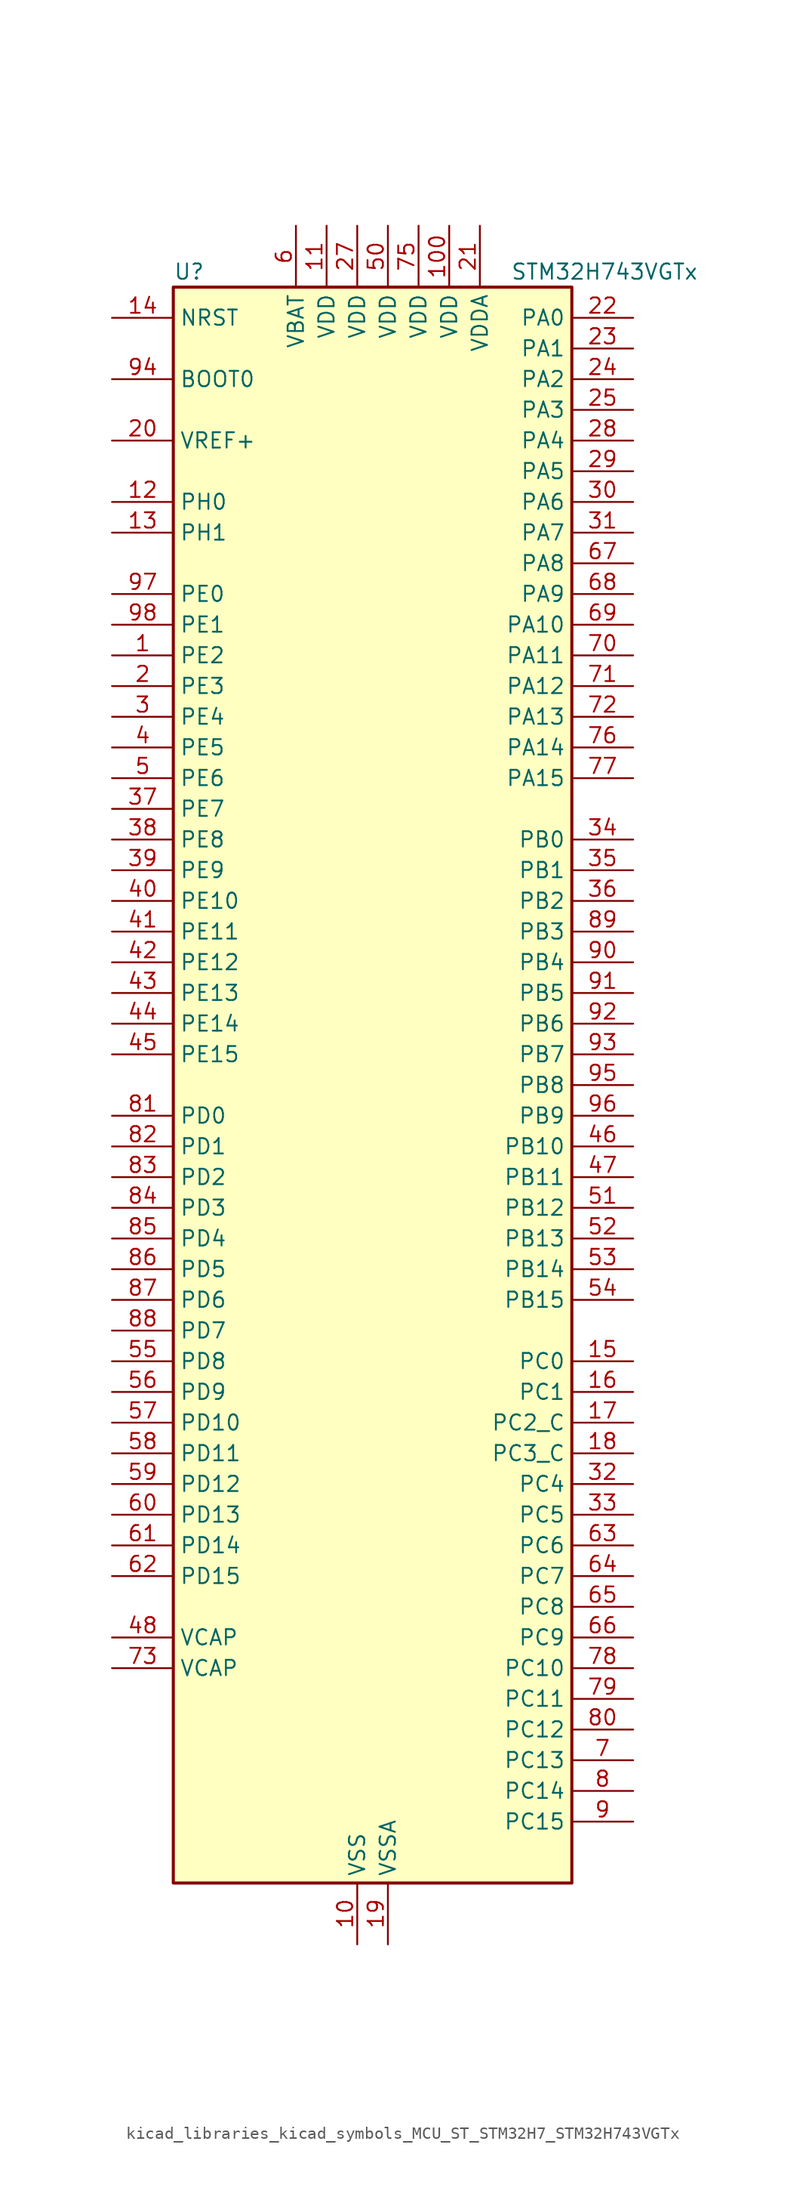
<source format=kicad_sym>
(kicad_symbol_lib
  (version 20220914)
  (generator kicad_symbol_editor)
  (symbol "kicad_libraries_kicad_symbols_MCU_ST_STM32H7_STM32H743VGTx"
    (property "Reference" "U"
      (at -15.24 67.31 0)
      (effects (font (size 1.27 1.27)) (justify left)))
    (property "Value" "STM32H743VGTx"
      (at 12.7 67.31 0)
      (effects (font (size 1.27 1.27)) (justify left)))
    (property "ki_locked" ""
      (at 0 0 0)
      (effects (font (size 1.27 1.27))))
    (symbol "kicad_libraries_kicad_symbols_MCU_ST_STM32H7_STM32H743VGTx_0_1"
      (rectangle (start -15.24 -66.04) (end 17.78 66.04) (stroke (width 0.254) (type default)) (fill (type background))))
    (symbol "kicad_libraries_kicad_symbols_MCU_ST_STM32H7_STM32H743VGTx_1_1"
      (pin bidirectional line (at -20.32 35.56 0) (length 5.08) (name "PE2" (effects (font (size 1.27 1.27)))) (number "1" (effects (font (size 1.27 1.27)))) (alternate "DEBUG_TRACECLK" bidirectional line) (alternate "ETH_TXD3" bidirectional line) (alternate "FMC_A23" bidirectional line) (alternate "QUADSPI_BK1_IO2" bidirectional line) (alternate "SAI1_CK1" bidirectional line) (alternate "SAI1_MCLK_A" bidirectional line) (alternate "SAI4_CK1" bidirectional line) (alternate "SAI4_MCLK_A" bidirectional line) (alternate "SPI4_SCK" bidirectional line))
      (pin power_in line (at 0 -71.12 90) (length 5.08) (name "VSS" (effects (font (size 1.27 1.27)))) (number "10" (effects (font (size 1.27 1.27)))))
      (pin power_in line (at 7.62 71.12 270) (length 5.08) (name "VDD" (effects (font (size 1.27 1.27)))) (number "100" (effects (font (size 1.27 1.27)))))
      (pin power_in line (at -2.54 71.12 270) (length 5.08) (name "VDD" (effects (font (size 1.27 1.27)))) (number "11" (effects (font (size 1.27 1.27)))))
      (pin bidirectional line (at -20.32 48.26 0) (length 5.08) (name "PH0" (effects (font (size 1.27 1.27)))) (number "12" (effects (font (size 1.27 1.27)))) (alternate "RCC_OSC_IN" bidirectional line))
      (pin bidirectional line (at -20.32 45.72 0) (length 5.08) (name "PH1" (effects (font (size 1.27 1.27)))) (number "13" (effects (font (size 1.27 1.27)))) (alternate "RCC_OSC_OUT" bidirectional line))
      (pin input line (at -20.32 63.5 0) (length 5.08) (name "NRST" (effects (font (size 1.27 1.27)))) (number "14" (effects (font (size 1.27 1.27)))))
      (pin bidirectional line (at 22.86 -22.86 180) (length 5.08) (name "PC0" (effects (font (size 1.27 1.27)))) (number "15" (effects (font (size 1.27 1.27)))) (alternate "ADC1_INP10" bidirectional line) (alternate "ADC2_INP10" bidirectional line) (alternate "ADC3_INP10" bidirectional line) (alternate "DFSDM1_CKIN0" bidirectional line) (alternate "DFSDM1_DATIN4" bidirectional line) (alternate "FMC_SDNWE" bidirectional line) (alternate "LTDC_R5" bidirectional line) (alternate "SAI2_FS_B" bidirectional line) (alternate "USB_OTG_HS_ULPI_STP" bidirectional line))
      (pin bidirectional line (at 22.86 -25.4 180) (length 5.08) (name "PC1" (effects (font (size 1.27 1.27)))) (number "16" (effects (font (size 1.27 1.27)))) (alternate "ADC1_INN10" bidirectional line) (alternate "ADC1_INP11" bidirectional line) (alternate "ADC2_INN10" bidirectional line) (alternate "ADC2_INP11" bidirectional line) (alternate "ADC3_INN10" bidirectional line) (alternate "ADC3_INP11" bidirectional line) (alternate "DEBUG_TRACED0" bidirectional line) (alternate "DFSDM1_CKIN4" bidirectional line) (alternate "DFSDM1_DATIN0" bidirectional line) (alternate "ETH_MDC" bidirectional line) (alternate "I2S2_SDO" bidirectional line) (alternate "MDIOS_MDC" bidirectional line) (alternate "PWR_WKUP5" bidirectional line) (alternate "RTC_TAMP3" bidirectional line) (alternate "SAI1_D1" bidirectional line) (alternate "SAI1_SD_A" bidirectional line) (alternate "SAI4_D1" bidirectional line) (alternate "SAI4_SD_A" bidirectional line) (alternate "SDMMC2_CK" bidirectional line) (alternate "SPI2_MOSI" bidirectional line))
      (pin bidirectional line (at 22.86 -27.94 180) (length 5.08) (name "PC2_C" (effects (font (size 1.27 1.27)))) (number "17" (effects (font (size 1.27 1.27)))) (alternate "ADC3_INN1" bidirectional line) (alternate "ADC3_INP0" bidirectional line) (alternate "DFSDM1_CKIN1" bidirectional line) (alternate "DFSDM1_CKOUT" bidirectional line) (alternate "ETH_TXD2" bidirectional line) (alternate "FMC_SDNE0" bidirectional line) (alternate "I2S2_SDI" bidirectional line) (alternate "PWR_CSTOP" bidirectional line) (alternate "SPI2_MISO" bidirectional line) (alternate "USB_OTG_HS_ULPI_DIR" bidirectional line))
      (pin bidirectional line (at 22.86 -30.48 180) (length 5.08) (name "PC3_C" (effects (font (size 1.27 1.27)))) (number "18" (effects (font (size 1.27 1.27)))) (alternate "ADC3_INP1" bidirectional line) (alternate "DFSDM1_DATIN1" bidirectional line) (alternate "ETH_TX_CLK" bidirectional line) (alternate "FMC_SDCKE0" bidirectional line) (alternate "I2S2_SDO" bidirectional line) (alternate "PWR_CSLEEP" bidirectional line) (alternate "SPI2_MOSI" bidirectional line) (alternate "USB_OTG_HS_ULPI_NXT" bidirectional line))
      (pin power_in line (at 2.54 -71.12 90) (length 5.08) (name "VSSA" (effects (font (size 1.27 1.27)))) (number "19" (effects (font (size 1.27 1.27)))))
      (pin bidirectional line (at -20.32 33.02 0) (length 5.08) (name "PE3" (effects (font (size 1.27 1.27)))) (number "2" (effects (font (size 1.27 1.27)))) (alternate "DEBUG_TRACED0" bidirectional line) (alternate "FMC_A19" bidirectional line) (alternate "SAI1_SD_B" bidirectional line) (alternate "SAI4_SD_B" bidirectional line) (alternate "TIM15_BKIN" bidirectional line))
      (pin input line (at -20.32 53.34 0) (length 5.08) (name "VREF+" (effects (font (size 1.27 1.27)))) (number "20" (effects (font (size 1.27 1.27)))) (alternate "VREFBUF_OUT" bidirectional line))
      (pin power_in line (at 10.16 71.12 270) (length 5.08) (name "VDDA" (effects (font (size 1.27 1.27)))) (number "21" (effects (font (size 1.27 1.27)))))
      (pin bidirectional line (at 22.86 63.5 180) (length 5.08) (name "PA0" (effects (font (size 1.27 1.27)))) (number "22" (effects (font (size 1.27 1.27)))) (alternate "ADC1_INP16" bidirectional line) (alternate "ETH_CRS" bidirectional line) (alternate "PWR_WKUP0" bidirectional line) (alternate "SAI2_SD_B" bidirectional line) (alternate "SDMMC2_CMD" bidirectional line) (alternate "TIM15_BKIN" bidirectional line) (alternate "TIM2_CH1" bidirectional line) (alternate "TIM2_ETR" bidirectional line) (alternate "TIM5_CH1" bidirectional line) (alternate "TIM8_ETR" bidirectional line) (alternate "UART4_TX" bidirectional line) (alternate "USART2_CTS" bidirectional line) (alternate "USART2_NSS" bidirectional line))
      (pin bidirectional line (at 22.86 60.96 180) (length 5.08) (name "PA1" (effects (font (size 1.27 1.27)))) (number "23" (effects (font (size 1.27 1.27)))) (alternate "ADC1_INN16" bidirectional line) (alternate "ADC1_INP17" bidirectional line) (alternate "ETH_REF_CLK" bidirectional line) (alternate "ETH_RX_CLK" bidirectional line) (alternate "LPTIM3_OUT" bidirectional line) (alternate "LTDC_R2" bidirectional line) (alternate "QUADSPI_BK1_IO3" bidirectional line) (alternate "SAI2_MCLK_B" bidirectional line) (alternate "TIM15_CH1N" bidirectional line) (alternate "TIM2_CH2" bidirectional line) (alternate "TIM5_CH2" bidirectional line) (alternate "UART4_RX" bidirectional line) (alternate "USART2_DE" bidirectional line) (alternate "USART2_RTS" bidirectional line))
      (pin bidirectional line (at 22.86 58.42 180) (length 5.08) (name "PA2" (effects (font (size 1.27 1.27)))) (number "24" (effects (font (size 1.27 1.27)))) (alternate "ADC1_INP14" bidirectional line) (alternate "ADC2_INP14" bidirectional line) (alternate "ETH_MDIO" bidirectional line) (alternate "LPTIM4_OUT" bidirectional line) (alternate "LTDC_R1" bidirectional line) (alternate "MDIOS_MDIO" bidirectional line) (alternate "PWR_WKUP1" bidirectional line) (alternate "SAI2_SCK_B" bidirectional line) (alternate "TIM15_CH1" bidirectional line) (alternate "TIM2_CH3" bidirectional line) (alternate "TIM5_CH3" bidirectional line) (alternate "USART2_TX" bidirectional line))
      (pin bidirectional line (at 22.86 55.88 180) (length 5.08) (name "PA3" (effects (font (size 1.27 1.27)))) (number "25" (effects (font (size 1.27 1.27)))) (alternate "ADC1_INP15" bidirectional line) (alternate "ADC2_INP15" bidirectional line) (alternate "ETH_COL" bidirectional line) (alternate "LPTIM5_OUT" bidirectional line) (alternate "LTDC_B2" bidirectional line) (alternate "LTDC_B5" bidirectional line) (alternate "TIM15_CH2" bidirectional line) (alternate "TIM2_CH4" bidirectional line) (alternate "TIM5_CH4" bidirectional line) (alternate "USART2_RX" bidirectional line) (alternate "USB_OTG_HS_ULPI_D0" bidirectional line))
      (pin passive line (at 0 -71.12 90) (length 5.08) hide (name "VSS" (effects (font (size 1.27 1.27)))) (number "26" (effects (font (size 1.27 1.27)))))
      (pin power_in line (at 0 71.12 270) (length 5.08) (name "VDD" (effects (font (size 1.27 1.27)))) (number "27" (effects (font (size 1.27 1.27)))))
      (pin bidirectional line (at 22.86 53.34 180) (length 5.08) (name "PA4" (effects (font (size 1.27 1.27)))) (number "28" (effects (font (size 1.27 1.27)))) (alternate "ADC1_INP18" bidirectional line) (alternate "ADC2_INP18" bidirectional line) (alternate "DAC1_OUT1" bidirectional line) (alternate "DCMI_HSYNC" bidirectional line) (alternate "I2S1_WS" bidirectional line) (alternate "I2S3_WS" bidirectional line) (alternate "LTDC_VSYNC" bidirectional line) (alternate "SPI1_NSS" bidirectional line) (alternate "SPI3_NSS" bidirectional line) (alternate "SPI6_NSS" bidirectional line) (alternate "TIM5_ETR" bidirectional line) (alternate "USART2_CK" bidirectional line) (alternate "USB_OTG_HS_SOF" bidirectional line))
      (pin bidirectional line (at 22.86 50.8 180) (length 5.08) (name "PA5" (effects (font (size 1.27 1.27)))) (number "29" (effects (font (size 1.27 1.27)))) (alternate "ADC1_INN18" bidirectional line) (alternate "ADC1_INP19" bidirectional line) (alternate "ADC2_INN18" bidirectional line) (alternate "ADC2_INP19" bidirectional line) (alternate "DAC1_OUT2" bidirectional line) (alternate "I2S1_CK" bidirectional line) (alternate "LTDC_R4" bidirectional line) (alternate "PWR_NDSTOP2" bidirectional line) (alternate "SPI1_SCK" bidirectional line) (alternate "SPI6_SCK" bidirectional line) (alternate "TIM2_CH1" bidirectional line) (alternate "TIM2_ETR" bidirectional line) (alternate "TIM8_CH1N" bidirectional line) (alternate "USB_OTG_HS_ULPI_CK" bidirectional line))
      (pin bidirectional line (at -20.32 30.48 0) (length 5.08) (name "PE4" (effects (font (size 1.27 1.27)))) (number "3" (effects (font (size 1.27 1.27)))) (alternate "DCMI_D4" bidirectional line) (alternate "DEBUG_TRACED1" bidirectional line) (alternate "DFSDM1_DATIN3" bidirectional line) (alternate "FMC_A20" bidirectional line) (alternate "LTDC_B0" bidirectional line) (alternate "SAI1_D2" bidirectional line) (alternate "SAI1_FS_A" bidirectional line) (alternate "SAI4_D2" bidirectional line) (alternate "SAI4_FS_A" bidirectional line) (alternate "SPI4_NSS" bidirectional line) (alternate "TIM15_CH1N" bidirectional line))
      (pin bidirectional line (at 22.86 48.26 180) (length 5.08) (name "PA6" (effects (font (size 1.27 1.27)))) (number "30" (effects (font (size 1.27 1.27)))) (alternate "ADC1_INP3" bidirectional line) (alternate "ADC2_INP3" bidirectional line) (alternate "DCMI_PIXCLK" bidirectional line) (alternate "I2S1_SDI" bidirectional line) (alternate "LTDC_G2" bidirectional line) (alternate "MDIOS_MDC" bidirectional line) (alternate "SPI1_MISO" bidirectional line) (alternate "SPI6_MISO" bidirectional line) (alternate "TIM13_CH1" bidirectional line) (alternate "TIM1_BKIN" bidirectional line) (alternate "TIM1_BKIN_COMP1" bidirectional line) (alternate "TIM1_BKIN_COMP2" bidirectional line) (alternate "TIM3_CH1" bidirectional line) (alternate "TIM8_BKIN" bidirectional line) (alternate "TIM8_BKIN_COMP1" bidirectional line) (alternate "TIM8_BKIN_COMP2" bidirectional line))
      (pin bidirectional line (at 22.86 45.72 180) (length 5.08) (name "PA7" (effects (font (size 1.27 1.27)))) (number "31" (effects (font (size 1.27 1.27)))) (alternate "ADC1_INN3" bidirectional line) (alternate "ADC1_INP7" bidirectional line) (alternate "ADC2_INN3" bidirectional line) (alternate "ADC2_INP7" bidirectional line) (alternate "ETH_CRS_DV" bidirectional line) (alternate "ETH_RX_DV" bidirectional line) (alternate "FMC_SDNWE" bidirectional line) (alternate "I2S1_SDO" bidirectional line) (alternate "OPAMP1_VINM" bidirectional line) (alternate "OPAMP1_VINM1" bidirectional line) (alternate "SPI1_MOSI" bidirectional line) (alternate "SPI6_MOSI" bidirectional line) (alternate "TIM14_CH1" bidirectional line) (alternate "TIM1_CH1N" bidirectional line) (alternate "TIM3_CH2" bidirectional line) (alternate "TIM8_CH1N" bidirectional line))
      (pin bidirectional line (at 22.86 -33.02 180) (length 5.08) (name "PC4" (effects (font (size 1.27 1.27)))) (number "32" (effects (font (size 1.27 1.27)))) (alternate "ADC1_INP4" bidirectional line) (alternate "ADC2_INP4" bidirectional line) (alternate "COMP1_INM" bidirectional line) (alternate "DFSDM1_CKIN2" bidirectional line) (alternate "ETH_RXD0" bidirectional line) (alternate "FMC_SDNE0" bidirectional line) (alternate "I2S1_MCK" bidirectional line) (alternate "OPAMP1_VOUT" bidirectional line) (alternate "SPDIFRX1_IN2" bidirectional line))
      (pin bidirectional line (at 22.86 -35.56 180) (length 5.08) (name "PC5" (effects (font (size 1.27 1.27)))) (number "33" (effects (font (size 1.27 1.27)))) (alternate "ADC1_INN4" bidirectional line) (alternate "ADC1_INP8" bidirectional line) (alternate "ADC2_INN4" bidirectional line) (alternate "ADC2_INP8" bidirectional line) (alternate "COMP1_OUT" bidirectional line) (alternate "DFSDM1_DATIN2" bidirectional line) (alternate "ETH_RXD1" bidirectional line) (alternate "FMC_SDCKE0" bidirectional line) (alternate "OPAMP1_VINM" bidirectional line) (alternate "OPAMP1_VINM0" bidirectional line) (alternate "SAI1_D3" bidirectional line) (alternate "SAI4_D3" bidirectional line) (alternate "SPDIFRX1_IN3" bidirectional line))
      (pin bidirectional line (at 22.86 20.32 180) (length 5.08) (name "PB0" (effects (font (size 1.27 1.27)))) (number "34" (effects (font (size 1.27 1.27)))) (alternate "ADC1_INN5" bidirectional line) (alternate "ADC1_INP9" bidirectional line) (alternate "ADC2_INN5" bidirectional line) (alternate "ADC2_INP9" bidirectional line) (alternate "COMP1_INP" bidirectional line) (alternate "DFSDM1_CKOUT" bidirectional line) (alternate "ETH_RXD2" bidirectional line) (alternate "LTDC_G1" bidirectional line) (alternate "LTDC_R3" bidirectional line) (alternate "OPAMP1_VINP" bidirectional line) (alternate "TIM1_CH2N" bidirectional line) (alternate "TIM3_CH3" bidirectional line) (alternate "TIM8_CH2N" bidirectional line) (alternate "UART4_CTS" bidirectional line) (alternate "USB_OTG_HS_ULPI_D1" bidirectional line))
      (pin bidirectional line (at 22.86 17.78 180) (length 5.08) (name "PB1" (effects (font (size 1.27 1.27)))) (number "35" (effects (font (size 1.27 1.27)))) (alternate "ADC1_INP5" bidirectional line) (alternate "ADC2_INP5" bidirectional line) (alternate "COMP1_INM" bidirectional line) (alternate "DFSDM1_DATIN1" bidirectional line) (alternate "ETH_RXD3" bidirectional line) (alternate "LTDC_G0" bidirectional line) (alternate "LTDC_R6" bidirectional line) (alternate "TIM1_CH3N" bidirectional line) (alternate "TIM3_CH4" bidirectional line) (alternate "TIM8_CH3N" bidirectional line) (alternate "USB_OTG_HS_ULPI_D2" bidirectional line))
      (pin bidirectional line (at 22.86 15.24 180) (length 5.08) (name "PB2" (effects (font (size 1.27 1.27)))) (number "36" (effects (font (size 1.27 1.27)))) (alternate "COMP1_INP" bidirectional line) (alternate "DFSDM1_CKIN1" bidirectional line) (alternate "I2S3_SDO" bidirectional line) (alternate "QUADSPI_CLK" bidirectional line) (alternate "RTC_OUT_ALARM" bidirectional line) (alternate "RTC_OUT_CALIB" bidirectional line) (alternate "SAI1_D1" bidirectional line) (alternate "SAI1_SD_A" bidirectional line) (alternate "SAI4_D1" bidirectional line) (alternate "SAI4_SD_A" bidirectional line) (alternate "SPI3_MOSI" bidirectional line))
      (pin bidirectional line (at -20.32 22.86 0) (length 5.08) (name "PE7" (effects (font (size 1.27 1.27)))) (number "37" (effects (font (size 1.27 1.27)))) (alternate "COMP2_INM" bidirectional line) (alternate "DFSDM1_DATIN2" bidirectional line) (alternate "FMC_D4" bidirectional line) (alternate "FMC_DA4" bidirectional line) (alternate "OPAMP2_VOUT" bidirectional line) (alternate "QUADSPI_BK2_IO0" bidirectional line) (alternate "TIM1_ETR" bidirectional line) (alternate "UART7_RX" bidirectional line))
      (pin bidirectional line (at -20.32 20.32 0) (length 5.08) (name "PE8" (effects (font (size 1.27 1.27)))) (number "38" (effects (font (size 1.27 1.27)))) (alternate "COMP2_OUT" bidirectional line) (alternate "DFSDM1_CKIN2" bidirectional line) (alternate "FMC_D5" bidirectional line) (alternate "FMC_DA5" bidirectional line) (alternate "OPAMP2_VINM" bidirectional line) (alternate "OPAMP2_VINM0" bidirectional line) (alternate "QUADSPI_BK2_IO1" bidirectional line) (alternate "TIM1_CH1N" bidirectional line) (alternate "UART7_TX" bidirectional line))
      (pin bidirectional line (at -20.32 17.78 0) (length 5.08) (name "PE9" (effects (font (size 1.27 1.27)))) (number "39" (effects (font (size 1.27 1.27)))) (alternate "COMP2_INP" bidirectional line) (alternate "DAC1_EXTI9" bidirectional line) (alternate "DFSDM1_CKOUT" bidirectional line) (alternate "FMC_D6" bidirectional line) (alternate "FMC_DA6" bidirectional line) (alternate "OPAMP2_VINP" bidirectional line) (alternate "QUADSPI_BK2_IO2" bidirectional line) (alternate "TIM1_CH1" bidirectional line) (alternate "UART7_DE" bidirectional line) (alternate "UART7_RTS" bidirectional line))
      (pin bidirectional line (at -20.32 27.94 0) (length 5.08) (name "PE5" (effects (font (size 1.27 1.27)))) (number "4" (effects (font (size 1.27 1.27)))) (alternate "DCMI_D6" bidirectional line) (alternate "DEBUG_TRACED2" bidirectional line) (alternate "DFSDM1_CKIN3" bidirectional line) (alternate "FMC_A21" bidirectional line) (alternate "LTDC_G0" bidirectional line) (alternate "SAI1_CK2" bidirectional line) (alternate "SAI1_SCK_A" bidirectional line) (alternate "SAI4_CK2" bidirectional line) (alternate "SAI4_SCK_A" bidirectional line) (alternate "SPI4_MISO" bidirectional line) (alternate "TIM15_CH1" bidirectional line))
      (pin bidirectional line (at -20.32 15.24 0) (length 5.08) (name "PE10" (effects (font (size 1.27 1.27)))) (number "40" (effects (font (size 1.27 1.27)))) (alternate "COMP2_INM" bidirectional line) (alternate "DFSDM1_DATIN4" bidirectional line) (alternate "FMC_D7" bidirectional line) (alternate "FMC_DA7" bidirectional line) (alternate "QUADSPI_BK2_IO3" bidirectional line) (alternate "TIM1_CH2N" bidirectional line) (alternate "UART7_CTS" bidirectional line))
      (pin bidirectional line (at -20.32 12.7 0) (length 5.08) (name "PE11" (effects (font (size 1.27 1.27)))) (number "41" (effects (font (size 1.27 1.27)))) (alternate "ADC1_EXTI11" bidirectional line) (alternate "ADC2_EXTI11" bidirectional line) (alternate "ADC3_EXTI11" bidirectional line) (alternate "COMP2_INP" bidirectional line) (alternate "DFSDM1_CKIN4" bidirectional line) (alternate "FMC_D8" bidirectional line) (alternate "FMC_DA8" bidirectional line) (alternate "LTDC_G3" bidirectional line) (alternate "SAI2_SD_B" bidirectional line) (alternate "SPI4_NSS" bidirectional line) (alternate "TIM1_CH2" bidirectional line))
      (pin bidirectional line (at -20.32 10.16 0) (length 5.08) (name "PE12" (effects (font (size 1.27 1.27)))) (number "42" (effects (font (size 1.27 1.27)))) (alternate "COMP1_OUT" bidirectional line) (alternate "DFSDM1_DATIN5" bidirectional line) (alternate "FMC_D9" bidirectional line) (alternate "FMC_DA9" bidirectional line) (alternate "LTDC_B4" bidirectional line) (alternate "SAI2_SCK_B" bidirectional line) (alternate "SPI4_SCK" bidirectional line) (alternate "TIM1_CH3N" bidirectional line))
      (pin bidirectional line (at -20.32 7.62 0) (length 5.08) (name "PE13" (effects (font (size 1.27 1.27)))) (number "43" (effects (font (size 1.27 1.27)))) (alternate "COMP2_OUT" bidirectional line) (alternate "DFSDM1_CKIN5" bidirectional line) (alternate "FMC_D10" bidirectional line) (alternate "FMC_DA10" bidirectional line) (alternate "LTDC_DE" bidirectional line) (alternate "SAI2_FS_B" bidirectional line) (alternate "SPI4_MISO" bidirectional line) (alternate "TIM1_CH3" bidirectional line))
      (pin bidirectional line (at -20.32 5.08 0) (length 5.08) (name "PE14" (effects (font (size 1.27 1.27)))) (number "44" (effects (font (size 1.27 1.27)))) (alternate "FMC_D11" bidirectional line) (alternate "FMC_DA11" bidirectional line) (alternate "LTDC_CLK" bidirectional line) (alternate "SAI2_MCLK_B" bidirectional line) (alternate "SPI4_MOSI" bidirectional line) (alternate "TIM1_CH4" bidirectional line))
      (pin bidirectional line (at -20.32 2.54 0) (length 5.08) (name "PE15" (effects (font (size 1.27 1.27)))) (number "45" (effects (font (size 1.27 1.27)))) (alternate "ADC1_EXTI15" bidirectional line) (alternate "ADC2_EXTI15" bidirectional line) (alternate "ADC3_EXTI15" bidirectional line) (alternate "FMC_D12" bidirectional line) (alternate "FMC_DA12" bidirectional line) (alternate "LTDC_R7" bidirectional line) (alternate "TIM1_BKIN" bidirectional line) (alternate "TIM1_BKIN_COMP1" bidirectional line) (alternate "TIM1_BKIN_COMP2" bidirectional line))
      (pin bidirectional line (at 22.86 -5.08 180) (length 5.08) (name "PB10" (effects (font (size 1.27 1.27)))) (number "46" (effects (font (size 1.27 1.27)))) (alternate "DFSDM1_DATIN7" bidirectional line) (alternate "ETH_RX_ER" bidirectional line) (alternate "HRTIM_SCOUT" bidirectional line) (alternate "I2C2_SCL" bidirectional line) (alternate "I2S2_CK" bidirectional line) (alternate "LPTIM2_IN1" bidirectional line) (alternate "LTDC_G4" bidirectional line) (alternate "QUADSPI_BK1_NCS" bidirectional line) (alternate "SPI2_SCK" bidirectional line) (alternate "TIM2_CH3" bidirectional line) (alternate "USART3_TX" bidirectional line) (alternate "USB_OTG_HS_ULPI_D3" bidirectional line))
      (pin bidirectional line (at 22.86 -7.62 180) (length 5.08) (name "PB11" (effects (font (size 1.27 1.27)))) (number "47" (effects (font (size 1.27 1.27)))) (alternate "ADC1_EXTI11" bidirectional line) (alternate "ADC2_EXTI11" bidirectional line) (alternate "ADC3_EXTI11" bidirectional line) (alternate "DFSDM1_CKIN7" bidirectional line) (alternate "ETH_TX_EN" bidirectional line) (alternate "HRTIM_SCIN" bidirectional line) (alternate "I2C2_SDA" bidirectional line) (alternate "LPTIM2_ETR" bidirectional line) (alternate "LTDC_G5" bidirectional line) (alternate "TIM2_CH4" bidirectional line) (alternate "USART3_RX" bidirectional line) (alternate "USB_OTG_HS_ULPI_D4" bidirectional line))
      (pin power_out line (at -20.32 -45.72 0) (length 5.08) (name "VCAP" (effects (font (size 1.27 1.27)))) (number "48" (effects (font (size 1.27 1.27)))))
      (pin passive line (at 0 -71.12 90) (length 5.08) hide (name "VSS" (effects (font (size 1.27 1.27)))) (number "49" (effects (font (size 1.27 1.27)))))
      (pin bidirectional line (at -20.32 25.4 0) (length 5.08) (name "PE6" (effects (font (size 1.27 1.27)))) (number "5" (effects (font (size 1.27 1.27)))) (alternate "DCMI_D7" bidirectional line) (alternate "DEBUG_TRACED3" bidirectional line) (alternate "FMC_A22" bidirectional line) (alternate "LTDC_G1" bidirectional line) (alternate "SAI1_D1" bidirectional line) (alternate "SAI1_SD_A" bidirectional line) (alternate "SAI2_MCLK_B" bidirectional line) (alternate "SAI4_D1" bidirectional line) (alternate "SAI4_SD_A" bidirectional line) (alternate "SPI4_MOSI" bidirectional line) (alternate "TIM15_CH2" bidirectional line) (alternate "TIM1_BKIN2" bidirectional line) (alternate "TIM1_BKIN2_COMP1" bidirectional line) (alternate "TIM1_BKIN2_COMP2" bidirectional line))
      (pin power_in line (at 2.54 71.12 270) (length 5.08) (name "VDD" (effects (font (size 1.27 1.27)))) (number "50" (effects (font (size 1.27 1.27)))))
      (pin bidirectional line (at 22.86 -10.16 180) (length 5.08) (name "PB12" (effects (font (size 1.27 1.27)))) (number "51" (effects (font (size 1.27 1.27)))) (alternate "DFSDM1_DATIN1" bidirectional line) (alternate "ETH_TXD0" bidirectional line) (alternate "FDCAN2_RX" bidirectional line) (alternate "I2C2_SMBA" bidirectional line) (alternate "I2S2_WS" bidirectional line) (alternate "SPI2_NSS" bidirectional line) (alternate "TIM1_BKIN" bidirectional line) (alternate "TIM1_BKIN_COMP1" bidirectional line) (alternate "TIM1_BKIN_COMP2" bidirectional line) (alternate "UART5_RX" bidirectional line) (alternate "USART3_CK" bidirectional line) (alternate "USB_OTG_HS_ID" bidirectional line) (alternate "USB_OTG_HS_ULPI_D5" bidirectional line))
      (pin bidirectional line (at 22.86 -12.7 180) (length 5.08) (name "PB13" (effects (font (size 1.27 1.27)))) (number "52" (effects (font (size 1.27 1.27)))) (alternate "DFSDM1_CKIN1" bidirectional line) (alternate "ETH_TXD1" bidirectional line) (alternate "FDCAN2_TX" bidirectional line) (alternate "I2S2_CK" bidirectional line) (alternate "LPTIM2_OUT" bidirectional line) (alternate "SPI2_SCK" bidirectional line) (alternate "TIM1_CH1N" bidirectional line) (alternate "UART5_TX" bidirectional line) (alternate "USART3_CTS" bidirectional line) (alternate "USART3_NSS" bidirectional line) (alternate "USB_OTG_HS_ULPI_D6" bidirectional line) (alternate "USB_OTG_HS_VBUS" bidirectional line))
      (pin bidirectional line (at 22.86 -15.24 180) (length 5.08) (name "PB14" (effects (font (size 1.27 1.27)))) (number "53" (effects (font (size 1.27 1.27)))) (alternate "DFSDM1_DATIN2" bidirectional line) (alternate "I2S2_SDI" bidirectional line) (alternate "SDMMC2_D0" bidirectional line) (alternate "SPI2_MISO" bidirectional line) (alternate "TIM12_CH1" bidirectional line) (alternate "TIM1_CH2N" bidirectional line) (alternate "TIM8_CH2N" bidirectional line) (alternate "UART4_DE" bidirectional line) (alternate "UART4_RTS" bidirectional line) (alternate "USART1_TX" bidirectional line) (alternate "USART3_DE" bidirectional line) (alternate "USART3_RTS" bidirectional line) (alternate "USB_OTG_HS_DM" bidirectional line))
      (pin bidirectional line (at 22.86 -17.78 180) (length 5.08) (name "PB15" (effects (font (size 1.27 1.27)))) (number "54" (effects (font (size 1.27 1.27)))) (alternate "ADC1_EXTI15" bidirectional line) (alternate "ADC2_EXTI15" bidirectional line) (alternate "ADC3_EXTI15" bidirectional line) (alternate "DFSDM1_CKIN2" bidirectional line) (alternate "I2S2_SDO" bidirectional line) (alternate "RTC_REFIN" bidirectional line) (alternate "SDMMC2_D1" bidirectional line) (alternate "SPI2_MOSI" bidirectional line) (alternate "TIM12_CH2" bidirectional line) (alternate "TIM1_CH3N" bidirectional line) (alternate "TIM8_CH3N" bidirectional line) (alternate "UART4_CTS" bidirectional line) (alternate "USART1_RX" bidirectional line) (alternate "USB_OTG_HS_DP" bidirectional line))
      (pin bidirectional line (at -20.32 -22.86 0) (length 5.08) (name "PD8" (effects (font (size 1.27 1.27)))) (number "55" (effects (font (size 1.27 1.27)))) (alternate "DFSDM1_CKIN3" bidirectional line) (alternate "FMC_D13" bidirectional line) (alternate "FMC_DA13" bidirectional line) (alternate "SAI3_SCK_B" bidirectional line) (alternate "SPDIFRX1_IN1" bidirectional line) (alternate "USART3_TX" bidirectional line))
      (pin bidirectional line (at -20.32 -25.4 0) (length 5.08) (name "PD9" (effects (font (size 1.27 1.27)))) (number "56" (effects (font (size 1.27 1.27)))) (alternate "DAC1_EXTI9" bidirectional line) (alternate "DFSDM1_DATIN3" bidirectional line) (alternate "FMC_D14" bidirectional line) (alternate "FMC_DA14" bidirectional line) (alternate "SAI3_SD_B" bidirectional line) (alternate "USART3_RX" bidirectional line))
      (pin bidirectional line (at -20.32 -27.94 0) (length 5.08) (name "PD10" (effects (font (size 1.27 1.27)))) (number "57" (effects (font (size 1.27 1.27)))) (alternate "DFSDM1_CKOUT" bidirectional line) (alternate "FMC_D15" bidirectional line) (alternate "FMC_DA15" bidirectional line) (alternate "LTDC_B3" bidirectional line) (alternate "SAI3_FS_B" bidirectional line) (alternate "USART3_CK" bidirectional line))
      (pin bidirectional line (at -20.32 -30.48 0) (length 5.08) (name "PD11" (effects (font (size 1.27 1.27)))) (number "58" (effects (font (size 1.27 1.27)))) (alternate "ADC1_EXTI11" bidirectional line) (alternate "ADC2_EXTI11" bidirectional line) (alternate "ADC3_EXTI11" bidirectional line) (alternate "FMC_A16" bidirectional line) (alternate "FMC_CLE" bidirectional line) (alternate "I2C4_SMBA" bidirectional line) (alternate "LPTIM2_IN2" bidirectional line) (alternate "QUADSPI_BK1_IO0" bidirectional line) (alternate "SAI2_SD_A" bidirectional line) (alternate "USART3_CTS" bidirectional line) (alternate "USART3_NSS" bidirectional line))
      (pin bidirectional line (at -20.32 -33.02 0) (length 5.08) (name "PD12" (effects (font (size 1.27 1.27)))) (number "59" (effects (font (size 1.27 1.27)))) (alternate "FMC_A17" bidirectional line) (alternate "FMC_ALE" bidirectional line) (alternate "I2C4_SCL" bidirectional line) (alternate "LPTIM1_IN1" bidirectional line) (alternate "LPTIM2_IN1" bidirectional line) (alternate "QUADSPI_BK1_IO1" bidirectional line) (alternate "SAI2_FS_A" bidirectional line) (alternate "TIM4_CH1" bidirectional line) (alternate "USART3_DE" bidirectional line) (alternate "USART3_RTS" bidirectional line))
      (pin power_in line (at -5.08 71.12 270) (length 5.08) (name "VBAT" (effects (font (size 1.27 1.27)))) (number "6" (effects (font (size 1.27 1.27)))))
      (pin bidirectional line (at -20.32 -35.56 0) (length 5.08) (name "PD13" (effects (font (size 1.27 1.27)))) (number "60" (effects (font (size 1.27 1.27)))) (alternate "FMC_A18" bidirectional line) (alternate "I2C4_SDA" bidirectional line) (alternate "LPTIM1_OUT" bidirectional line) (alternate "QUADSPI_BK1_IO3" bidirectional line) (alternate "SAI2_SCK_A" bidirectional line) (alternate "TIM4_CH2" bidirectional line))
      (pin bidirectional line (at -20.32 -38.1 0) (length 5.08) (name "PD14" (effects (font (size 1.27 1.27)))) (number "61" (effects (font (size 1.27 1.27)))) (alternate "FMC_D0" bidirectional line) (alternate "FMC_DA0" bidirectional line) (alternate "SAI3_MCLK_B" bidirectional line) (alternate "TIM4_CH3" bidirectional line) (alternate "UART8_CTS" bidirectional line))
      (pin bidirectional line (at -20.32 -40.64 0) (length 5.08) (name "PD15" (effects (font (size 1.27 1.27)))) (number "62" (effects (font (size 1.27 1.27)))) (alternate "ADC1_EXTI15" bidirectional line) (alternate "ADC2_EXTI15" bidirectional line) (alternate "ADC3_EXTI15" bidirectional line) (alternate "FMC_D1" bidirectional line) (alternate "FMC_DA1" bidirectional line) (alternate "SAI3_MCLK_A" bidirectional line) (alternate "TIM4_CH4" bidirectional line) (alternate "UART8_DE" bidirectional line) (alternate "UART8_RTS" bidirectional line))
      (pin bidirectional line (at 22.86 -38.1 180) (length 5.08) (name "PC6" (effects (font (size 1.27 1.27)))) (number "63" (effects (font (size 1.27 1.27)))) (alternate "DCMI_D0" bidirectional line) (alternate "DFSDM1_CKIN3" bidirectional line) (alternate "FMC_NWAIT" bidirectional line) (alternate "HRTIM_CHA1" bidirectional line) (alternate "I2S2_MCK" bidirectional line) (alternate "LTDC_HSYNC" bidirectional line) (alternate "SDMMC1_D0DIR" bidirectional line) (alternate "SDMMC1_D6" bidirectional line) (alternate "SDMMC2_D6" bidirectional line) (alternate "SWPMI1_IO" bidirectional line) (alternate "TIM3_CH1" bidirectional line) (alternate "TIM8_CH1" bidirectional line) (alternate "USART6_TX" bidirectional line))
      (pin bidirectional line (at 22.86 -40.64 180) (length 5.08) (name "PC7" (effects (font (size 1.27 1.27)))) (number "64" (effects (font (size 1.27 1.27)))) (alternate "DCMI_D1" bidirectional line) (alternate "DEBUG_TRGIO" bidirectional line) (alternate "DFSDM1_DATIN3" bidirectional line) (alternate "FMC_NE1" bidirectional line) (alternate "HRTIM_CHA2" bidirectional line) (alternate "I2S3_MCK" bidirectional line) (alternate "LTDC_G6" bidirectional line) (alternate "SDMMC1_D123DIR" bidirectional line) (alternate "SDMMC1_D7" bidirectional line) (alternate "SDMMC2_D7" bidirectional line) (alternate "SWPMI1_TX" bidirectional line) (alternate "TIM3_CH2" bidirectional line) (alternate "TIM8_CH2" bidirectional line) (alternate "USART6_RX" bidirectional line))
      (pin bidirectional line (at 22.86 -43.18 180) (length 5.08) (name "PC8" (effects (font (size 1.27 1.27)))) (number "65" (effects (font (size 1.27 1.27)))) (alternate "DCMI_D2" bidirectional line) (alternate "DEBUG_TRACED1" bidirectional line) (alternate "FMC_NCE" bidirectional line) (alternate "FMC_NE2" bidirectional line) (alternate "HRTIM_CHB1" bidirectional line) (alternate "SDMMC1_D0" bidirectional line) (alternate "SWPMI1_RX" bidirectional line) (alternate "TIM3_CH3" bidirectional line) (alternate "TIM8_CH3" bidirectional line) (alternate "UART5_DE" bidirectional line) (alternate "UART5_RTS" bidirectional line) (alternate "USART6_CK" bidirectional line))
      (pin bidirectional line (at 22.86 -45.72 180) (length 5.08) (name "PC9" (effects (font (size 1.27 1.27)))) (number "66" (effects (font (size 1.27 1.27)))) (alternate "DAC1_EXTI9" bidirectional line) (alternate "DCMI_D3" bidirectional line) (alternate "I2C3_SDA" bidirectional line) (alternate "I2S_CKIN" bidirectional line) (alternate "LTDC_B2" bidirectional line) (alternate "LTDC_G3" bidirectional line) (alternate "QUADSPI_BK1_IO0" bidirectional line) (alternate "RCC_MCO_2" bidirectional line) (alternate "SDMMC1_D1" bidirectional line) (alternate "SWPMI1_SUSPEND" bidirectional line) (alternate "TIM3_CH4" bidirectional line) (alternate "TIM8_CH4" bidirectional line) (alternate "UART5_CTS" bidirectional line))
      (pin bidirectional line (at 22.86 43.18 180) (length 5.08) (name "PA8" (effects (font (size 1.27 1.27)))) (number "67" (effects (font (size 1.27 1.27)))) (alternate "HRTIM_CHB2" bidirectional line) (alternate "I2C3_SCL" bidirectional line) (alternate "LTDC_B3" bidirectional line) (alternate "LTDC_R6" bidirectional line) (alternate "RCC_MCO_1" bidirectional line) (alternate "TIM1_CH1" bidirectional line) (alternate "TIM8_BKIN2" bidirectional line) (alternate "TIM8_BKIN2_COMP1" bidirectional line) (alternate "TIM8_BKIN2_COMP2" bidirectional line) (alternate "UART7_RX" bidirectional line) (alternate "USART1_CK" bidirectional line) (alternate "USB_OTG_FS_SOF" bidirectional line))
      (pin bidirectional line (at 22.86 40.64 180) (length 5.08) (name "PA9" (effects (font (size 1.27 1.27)))) (number "68" (effects (font (size 1.27 1.27)))) (alternate "DAC1_EXTI9" bidirectional line) (alternate "DCMI_D0" bidirectional line) (alternate "HRTIM_CHC1" bidirectional line) (alternate "I2C3_SMBA" bidirectional line) (alternate "I2S2_CK" bidirectional line) (alternate "LPUART1_TX" bidirectional line) (alternate "LTDC_R5" bidirectional line) (alternate "SPI2_SCK" bidirectional line) (alternate "TIM1_CH2" bidirectional line) (alternate "USART1_TX" bidirectional line) (alternate "USB_OTG_FS_VBUS" bidirectional line))
      (pin bidirectional line (at 22.86 38.1 180) (length 5.08) (name "PA10" (effects (font (size 1.27 1.27)))) (number "69" (effects (font (size 1.27 1.27)))) (alternate "DCMI_D1" bidirectional line) (alternate "HRTIM_CHC2" bidirectional line) (alternate "LPUART1_RX" bidirectional line) (alternate "LTDC_B1" bidirectional line) (alternate "LTDC_B4" bidirectional line) (alternate "MDIOS_MDIO" bidirectional line) (alternate "TIM1_CH3" bidirectional line) (alternate "USART1_RX" bidirectional line) (alternate "USB_OTG_FS_ID" bidirectional line))
      (pin bidirectional line (at 22.86 -55.88 180) (length 5.08) (name "PC13" (effects (font (size 1.27 1.27)))) (number "7" (effects (font (size 1.27 1.27)))) (alternate "PWR_WKUP2" bidirectional line) (alternate "RTC_OUT_ALARM" bidirectional line) (alternate "RTC_OUT_CALIB" bidirectional line) (alternate "RTC_TAMP1" bidirectional line) (alternate "RTC_TS" bidirectional line))
      (pin bidirectional line (at 22.86 35.56 180) (length 5.08) (name "PA11" (effects (font (size 1.27 1.27)))) (number "70" (effects (font (size 1.27 1.27)))) (alternate "ADC1_EXTI11" bidirectional line) (alternate "ADC2_EXTI11" bidirectional line) (alternate "ADC3_EXTI11" bidirectional line) (alternate "FDCAN1_RX" bidirectional line) (alternate "HRTIM_CHD1" bidirectional line) (alternate "I2S2_WS" bidirectional line) (alternate "LPUART1_CTS" bidirectional line) (alternate "LTDC_R4" bidirectional line) (alternate "SPI2_NSS" bidirectional line) (alternate "TIM1_CH4" bidirectional line) (alternate "UART4_RX" bidirectional line) (alternate "USART1_CTS" bidirectional line) (alternate "USART1_NSS" bidirectional line) (alternate "USB_OTG_FS_DM" bidirectional line))
      (pin bidirectional line (at 22.86 33.02 180) (length 5.08) (name "PA12" (effects (font (size 1.27 1.27)))) (number "71" (effects (font (size 1.27 1.27)))) (alternate "FDCAN1_TX" bidirectional line) (alternate "HRTIM_CHD2" bidirectional line) (alternate "I2S2_CK" bidirectional line) (alternate "LPUART1_DE" bidirectional line) (alternate "LPUART1_RTS" bidirectional line) (alternate "LTDC_R5" bidirectional line) (alternate "SAI2_FS_B" bidirectional line) (alternate "SPI2_SCK" bidirectional line) (alternate "TIM1_ETR" bidirectional line) (alternate "UART4_TX" bidirectional line) (alternate "USART1_DE" bidirectional line) (alternate "USART1_RTS" bidirectional line) (alternate "USB_OTG_FS_DP" bidirectional line))
      (pin bidirectional line (at 22.86 30.48 180) (length 5.08) (name "PA13" (effects (font (size 1.27 1.27)))) (number "72" (effects (font (size 1.27 1.27)))) (alternate "DEBUG_JTMS-SWDIO" bidirectional line))
      (pin power_out line (at -20.32 -48.26 0) (length 5.08) (name "VCAP" (effects (font (size 1.27 1.27)))) (number "73" (effects (font (size 1.27 1.27)))))
      (pin passive line (at 0 -71.12 90) (length 5.08) hide (name "VSS" (effects (font (size 1.27 1.27)))) (number "74" (effects (font (size 1.27 1.27)))))
      (pin power_in line (at 5.08 71.12 270) (length 5.08) (name "VDD" (effects (font (size 1.27 1.27)))) (number "75" (effects (font (size 1.27 1.27)))))
      (pin bidirectional line (at 22.86 27.94 180) (length 5.08) (name "PA14" (effects (font (size 1.27 1.27)))) (number "76" (effects (font (size 1.27 1.27)))) (alternate "DEBUG_JTCK-SWCLK" bidirectional line))
      (pin bidirectional line (at 22.86 25.4 180) (length 5.08) (name "PA15" (effects (font (size 1.27 1.27)))) (number "77" (effects (font (size 1.27 1.27)))) (alternate "ADC1_EXTI15" bidirectional line) (alternate "ADC2_EXTI15" bidirectional line) (alternate "ADC3_EXTI15" bidirectional line) (alternate "CEC" bidirectional line) (alternate "DEBUG_JTDI" bidirectional line) (alternate "HRTIM_FLT1" bidirectional line) (alternate "I2S1_WS" bidirectional line) (alternate "I2S3_WS" bidirectional line) (alternate "SPI1_NSS" bidirectional line) (alternate "SPI3_NSS" bidirectional line) (alternate "SPI6_NSS" bidirectional line) (alternate "TIM2_CH1" bidirectional line) (alternate "TIM2_ETR" bidirectional line) (alternate "UART4_DE" bidirectional line) (alternate "UART4_RTS" bidirectional line) (alternate "UART7_TX" bidirectional line))
      (pin bidirectional line (at 22.86 -48.26 180) (length 5.08) (name "PC10" (effects (font (size 1.27 1.27)))) (number "78" (effects (font (size 1.27 1.27)))) (alternate "DCMI_D8" bidirectional line) (alternate "DFSDM1_CKIN5" bidirectional line) (alternate "HRTIM_EEV1" bidirectional line) (alternate "I2S3_CK" bidirectional line) (alternate "LTDC_R2" bidirectional line) (alternate "QUADSPI_BK1_IO1" bidirectional line) (alternate "SDMMC1_D2" bidirectional line) (alternate "SPI3_SCK" bidirectional line) (alternate "UART4_TX" bidirectional line) (alternate "USART3_TX" bidirectional line))
      (pin bidirectional line (at 22.86 -50.8 180) (length 5.08) (name "PC11" (effects (font (size 1.27 1.27)))) (number "79" (effects (font (size 1.27 1.27)))) (alternate "ADC1_EXTI11" bidirectional line) (alternate "ADC2_EXTI11" bidirectional line) (alternate "ADC3_EXTI11" bidirectional line) (alternate "DCMI_D4" bidirectional line) (alternate "DFSDM1_DATIN5" bidirectional line) (alternate "HRTIM_FLT2" bidirectional line) (alternate "I2S3_SDI" bidirectional line) (alternate "QUADSPI_BK2_NCS" bidirectional line) (alternate "SDMMC1_D3" bidirectional line) (alternate "SPI3_MISO" bidirectional line) (alternate "UART4_RX" bidirectional line) (alternate "USART3_RX" bidirectional line))
      (pin bidirectional line (at 22.86 -58.42 180) (length 5.08) (name "PC14" (effects (font (size 1.27 1.27)))) (number "8" (effects (font (size 1.27 1.27)))) (alternate "RCC_OSC32_IN" bidirectional line))
      (pin bidirectional line (at 22.86 -53.34 180) (length 5.08) (name "PC12" (effects (font (size 1.27 1.27)))) (number "80" (effects (font (size 1.27 1.27)))) (alternate "DCMI_D9" bidirectional line) (alternate "DEBUG_TRACED3" bidirectional line) (alternate "HRTIM_EEV2" bidirectional line) (alternate "I2S3_SDO" bidirectional line) (alternate "SDMMC1_CK" bidirectional line) (alternate "SPI3_MOSI" bidirectional line) (alternate "UART5_TX" bidirectional line) (alternate "USART3_CK" bidirectional line))
      (pin bidirectional line (at -20.32 -2.54 0) (length 5.08) (name "PD0" (effects (font (size 1.27 1.27)))) (number "81" (effects (font (size 1.27 1.27)))) (alternate "DFSDM1_CKIN6" bidirectional line) (alternate "FDCAN1_RX" bidirectional line) (alternate "FMC_D2" bidirectional line) (alternate "FMC_DA2" bidirectional line) (alternate "SAI3_SCK_A" bidirectional line) (alternate "UART4_RX" bidirectional line))
      (pin bidirectional line (at -20.32 -5.08 0) (length 5.08) (name "PD1" (effects (font (size 1.27 1.27)))) (number "82" (effects (font (size 1.27 1.27)))) (alternate "DFSDM1_DATIN6" bidirectional line) (alternate "FDCAN1_TX" bidirectional line) (alternate "FMC_D3" bidirectional line) (alternate "FMC_DA3" bidirectional line) (alternate "SAI3_SD_A" bidirectional line) (alternate "UART4_TX" bidirectional line))
      (pin bidirectional line (at -20.32 -7.62 0) (length 5.08) (name "PD2" (effects (font (size 1.27 1.27)))) (number "83" (effects (font (size 1.27 1.27)))) (alternate "DCMI_D11" bidirectional line) (alternate "DEBUG_TRACED2" bidirectional line) (alternate "SDMMC1_CMD" bidirectional line) (alternate "TIM3_ETR" bidirectional line) (alternate "UART5_RX" bidirectional line))
      (pin bidirectional line (at -20.32 -10.16 0) (length 5.08) (name "PD3" (effects (font (size 1.27 1.27)))) (number "84" (effects (font (size 1.27 1.27)))) (alternate "DCMI_D5" bidirectional line) (alternate "DFSDM1_CKOUT" bidirectional line) (alternate "FMC_CLK" bidirectional line) (alternate "I2S2_CK" bidirectional line) (alternate "LTDC_G7" bidirectional line) (alternate "SPI2_SCK" bidirectional line) (alternate "USART2_CTS" bidirectional line) (alternate "USART2_NSS" bidirectional line))
      (pin bidirectional line (at -20.32 -12.7 0) (length 5.08) (name "PD4" (effects (font (size 1.27 1.27)))) (number "85" (effects (font (size 1.27 1.27)))) (alternate "FMC_NOE" bidirectional line) (alternate "HRTIM_FLT3" bidirectional line) (alternate "SAI3_FS_A" bidirectional line) (alternate "USART2_DE" bidirectional line) (alternate "USART2_RTS" bidirectional line))
      (pin bidirectional line (at -20.32 -15.24 0) (length 5.08) (name "PD5" (effects (font (size 1.27 1.27)))) (number "86" (effects (font (size 1.27 1.27)))) (alternate "FMC_NWE" bidirectional line) (alternate "HRTIM_EEV3" bidirectional line) (alternate "USART2_TX" bidirectional line))
      (pin bidirectional line (at -20.32 -17.78 0) (length 5.08) (name "PD6" (effects (font (size 1.27 1.27)))) (number "87" (effects (font (size 1.27 1.27)))) (alternate "DCMI_D10" bidirectional line) (alternate "DFSDM1_CKIN4" bidirectional line) (alternate "DFSDM1_DATIN1" bidirectional line) (alternate "FMC_NWAIT" bidirectional line) (alternate "I2S3_SDO" bidirectional line) (alternate "LTDC_B2" bidirectional line) (alternate "SAI1_D1" bidirectional line) (alternate "SAI1_SD_A" bidirectional line) (alternate "SAI4_D1" bidirectional line) (alternate "SAI4_SD_A" bidirectional line) (alternate "SDMMC2_CK" bidirectional line) (alternate "SPI3_MOSI" bidirectional line) (alternate "USART2_RX" bidirectional line))
      (pin bidirectional line (at -20.32 -20.32 0) (length 5.08) (name "PD7" (effects (font (size 1.27 1.27)))) (number "88" (effects (font (size 1.27 1.27)))) (alternate "DFSDM1_CKIN1" bidirectional line) (alternate "DFSDM1_DATIN4" bidirectional line) (alternate "FMC_NE1" bidirectional line) (alternate "I2S1_SDO" bidirectional line) (alternate "SDMMC2_CMD" bidirectional line) (alternate "SPDIFRX1_IN0" bidirectional line) (alternate "SPI1_MOSI" bidirectional line) (alternate "USART2_CK" bidirectional line))
      (pin bidirectional line (at 22.86 12.7 180) (length 5.08) (name "PB3" (effects (font (size 1.27 1.27)))) (number "89" (effects (font (size 1.27 1.27)))) (alternate "CRS_SYNC" bidirectional line) (alternate "DEBUG_JTDO-SWO" bidirectional line) (alternate "HRTIM_FLT4" bidirectional line) (alternate "I2S1_CK" bidirectional line) (alternate "I2S3_CK" bidirectional line) (alternate "SDMMC2_D2" bidirectional line) (alternate "SPI1_SCK" bidirectional line) (alternate "SPI3_SCK" bidirectional line) (alternate "SPI6_SCK" bidirectional line) (alternate "TIM2_CH2" bidirectional line) (alternate "UART7_RX" bidirectional line))
      (pin bidirectional line (at 22.86 -60.96 180) (length 5.08) (name "PC15" (effects (font (size 1.27 1.27)))) (number "9" (effects (font (size 1.27 1.27)))) (alternate "ADC1_EXTI15" bidirectional line) (alternate "ADC2_EXTI15" bidirectional line) (alternate "ADC3_EXTI15" bidirectional line) (alternate "RCC_OSC32_OUT" bidirectional line))
      (pin bidirectional line (at 22.86 10.16 180) (length 5.08) (name "PB4" (effects (font (size 1.27 1.27)))) (number "90" (effects (font (size 1.27 1.27)))) (alternate "DEBUG_JTRST" bidirectional line) (alternate "HRTIM_EEV6" bidirectional line) (alternate "I2S1_SDI" bidirectional line) (alternate "I2S2_WS" bidirectional line) (alternate "I2S3_SDI" bidirectional line) (alternate "SDMMC2_D3" bidirectional line) (alternate "SPI1_MISO" bidirectional line) (alternate "SPI2_NSS" bidirectional line) (alternate "SPI3_MISO" bidirectional line) (alternate "SPI6_MISO" bidirectional line) (alternate "TIM16_BKIN" bidirectional line) (alternate "TIM3_CH1" bidirectional line) (alternate "UART7_TX" bidirectional line))
      (pin bidirectional line (at 22.86 7.62 180) (length 5.08) (name "PB5" (effects (font (size 1.27 1.27)))) (number "91" (effects (font (size 1.27 1.27)))) (alternate "DCMI_D10" bidirectional line) (alternate "ETH_PPS_OUT" bidirectional line) (alternate "FDCAN2_RX" bidirectional line) (alternate "FMC_SDCKE1" bidirectional line) (alternate "HRTIM_EEV7" bidirectional line) (alternate "I2C1_SMBA" bidirectional line) (alternate "I2C4_SMBA" bidirectional line) (alternate "I2S1_SDO" bidirectional line) (alternate "I2S3_SDO" bidirectional line) (alternate "SPI1_MOSI" bidirectional line) (alternate "SPI3_MOSI" bidirectional line) (alternate "SPI6_MOSI" bidirectional line) (alternate "TIM17_BKIN" bidirectional line) (alternate "TIM3_CH2" bidirectional line) (alternate "UART5_RX" bidirectional line) (alternate "USB_OTG_HS_ULPI_D7" bidirectional line))
      (pin bidirectional line (at 22.86 5.08 180) (length 5.08) (name "PB6" (effects (font (size 1.27 1.27)))) (number "92" (effects (font (size 1.27 1.27)))) (alternate "CEC" bidirectional line) (alternate "DCMI_D5" bidirectional line) (alternate "DFSDM1_DATIN5" bidirectional line) (alternate "FDCAN2_TX" bidirectional line) (alternate "FMC_SDNE1" bidirectional line) (alternate "HRTIM_EEV8" bidirectional line) (alternate "I2C1_SCL" bidirectional line) (alternate "I2C4_SCL" bidirectional line) (alternate "LPUART1_TX" bidirectional line) (alternate "QUADSPI_BK1_NCS" bidirectional line) (alternate "TIM16_CH1N" bidirectional line) (alternate "TIM4_CH1" bidirectional line) (alternate "UART5_TX" bidirectional line) (alternate "USART1_TX" bidirectional line))
      (pin bidirectional line (at 22.86 2.54 180) (length 5.08) (name "PB7" (effects (font (size 1.27 1.27)))) (number "93" (effects (font (size 1.27 1.27)))) (alternate "DCMI_VSYNC" bidirectional line) (alternate "DFSDM1_CKIN5" bidirectional line) (alternate "FMC_NL" bidirectional line) (alternate "HRTIM_EEV9" bidirectional line) (alternate "I2C1_SDA" bidirectional line) (alternate "I2C4_SDA" bidirectional line) (alternate "LPUART1_RX" bidirectional line) (alternate "PWR_PVD_IN" bidirectional line) (alternate "TIM17_CH1N" bidirectional line) (alternate "TIM4_CH2" bidirectional line) (alternate "USART1_RX" bidirectional line))
      (pin input line (at -20.32 58.42 0) (length 5.08) (name "BOOT0" (effects (font (size 1.27 1.27)))) (number "94" (effects (font (size 1.27 1.27)))))
      (pin bidirectional line (at 22.86 0 180) (length 5.08) (name "PB8" (effects (font (size 1.27 1.27)))) (number "95" (effects (font (size 1.27 1.27)))) (alternate "DCMI_D6" bidirectional line) (alternate "DFSDM1_CKIN7" bidirectional line) (alternate "ETH_TXD3" bidirectional line) (alternate "FDCAN1_RX" bidirectional line) (alternate "I2C1_SCL" bidirectional line) (alternate "I2C4_SCL" bidirectional line) (alternate "LTDC_B6" bidirectional line) (alternate "SDMMC1_CKIN" bidirectional line) (alternate "SDMMC1_D4" bidirectional line) (alternate "SDMMC2_D4" bidirectional line) (alternate "TIM16_CH1" bidirectional line) (alternate "TIM4_CH3" bidirectional line) (alternate "UART4_RX" bidirectional line))
      (pin bidirectional line (at 22.86 -2.54 180) (length 5.08) (name "PB9" (effects (font (size 1.27 1.27)))) (number "96" (effects (font (size 1.27 1.27)))) (alternate "DAC1_EXTI9" bidirectional line) (alternate "DCMI_D7" bidirectional line) (alternate "DFSDM1_DATIN7" bidirectional line) (alternate "FDCAN1_TX" bidirectional line) (alternate "I2C1_SDA" bidirectional line) (alternate "I2C4_SDA" bidirectional line) (alternate "I2C4_SMBA" bidirectional line) (alternate "I2S2_WS" bidirectional line) (alternate "LTDC_B7" bidirectional line) (alternate "SDMMC1_CDIR" bidirectional line) (alternate "SDMMC1_D5" bidirectional line) (alternate "SDMMC2_D5" bidirectional line) (alternate "SPI2_NSS" bidirectional line) (alternate "TIM17_CH1" bidirectional line) (alternate "TIM4_CH4" bidirectional line) (alternate "UART4_TX" bidirectional line))
      (pin bidirectional line (at -20.32 40.64 0) (length 5.08) (name "PE0" (effects (font (size 1.27 1.27)))) (number "97" (effects (font (size 1.27 1.27)))) (alternate "DCMI_D2" bidirectional line) (alternate "FMC_NBL0" bidirectional line) (alternate "HRTIM_SCIN" bidirectional line) (alternate "LPTIM1_ETR" bidirectional line) (alternate "LPTIM2_ETR" bidirectional line) (alternate "SAI2_MCLK_A" bidirectional line) (alternate "TIM4_ETR" bidirectional line) (alternate "UART8_RX" bidirectional line))
      (pin bidirectional line (at -20.32 38.1 0) (length 5.08) (name "PE1" (effects (font (size 1.27 1.27)))) (number "98" (effects (font (size 1.27 1.27)))) (alternate "DCMI_D3" bidirectional line) (alternate "FMC_NBL1" bidirectional line) (alternate "HRTIM_SCOUT" bidirectional line) (alternate "LPTIM1_IN2" bidirectional line) (alternate "UART8_TX" bidirectional line))
      (pin passive line (at 0 -71.12 90) (length 5.08) hide (name "VSS" (effects (font (size 1.27 1.27)))) (number "99" (effects (font (size 1.27 1.27))))))))
</source>
